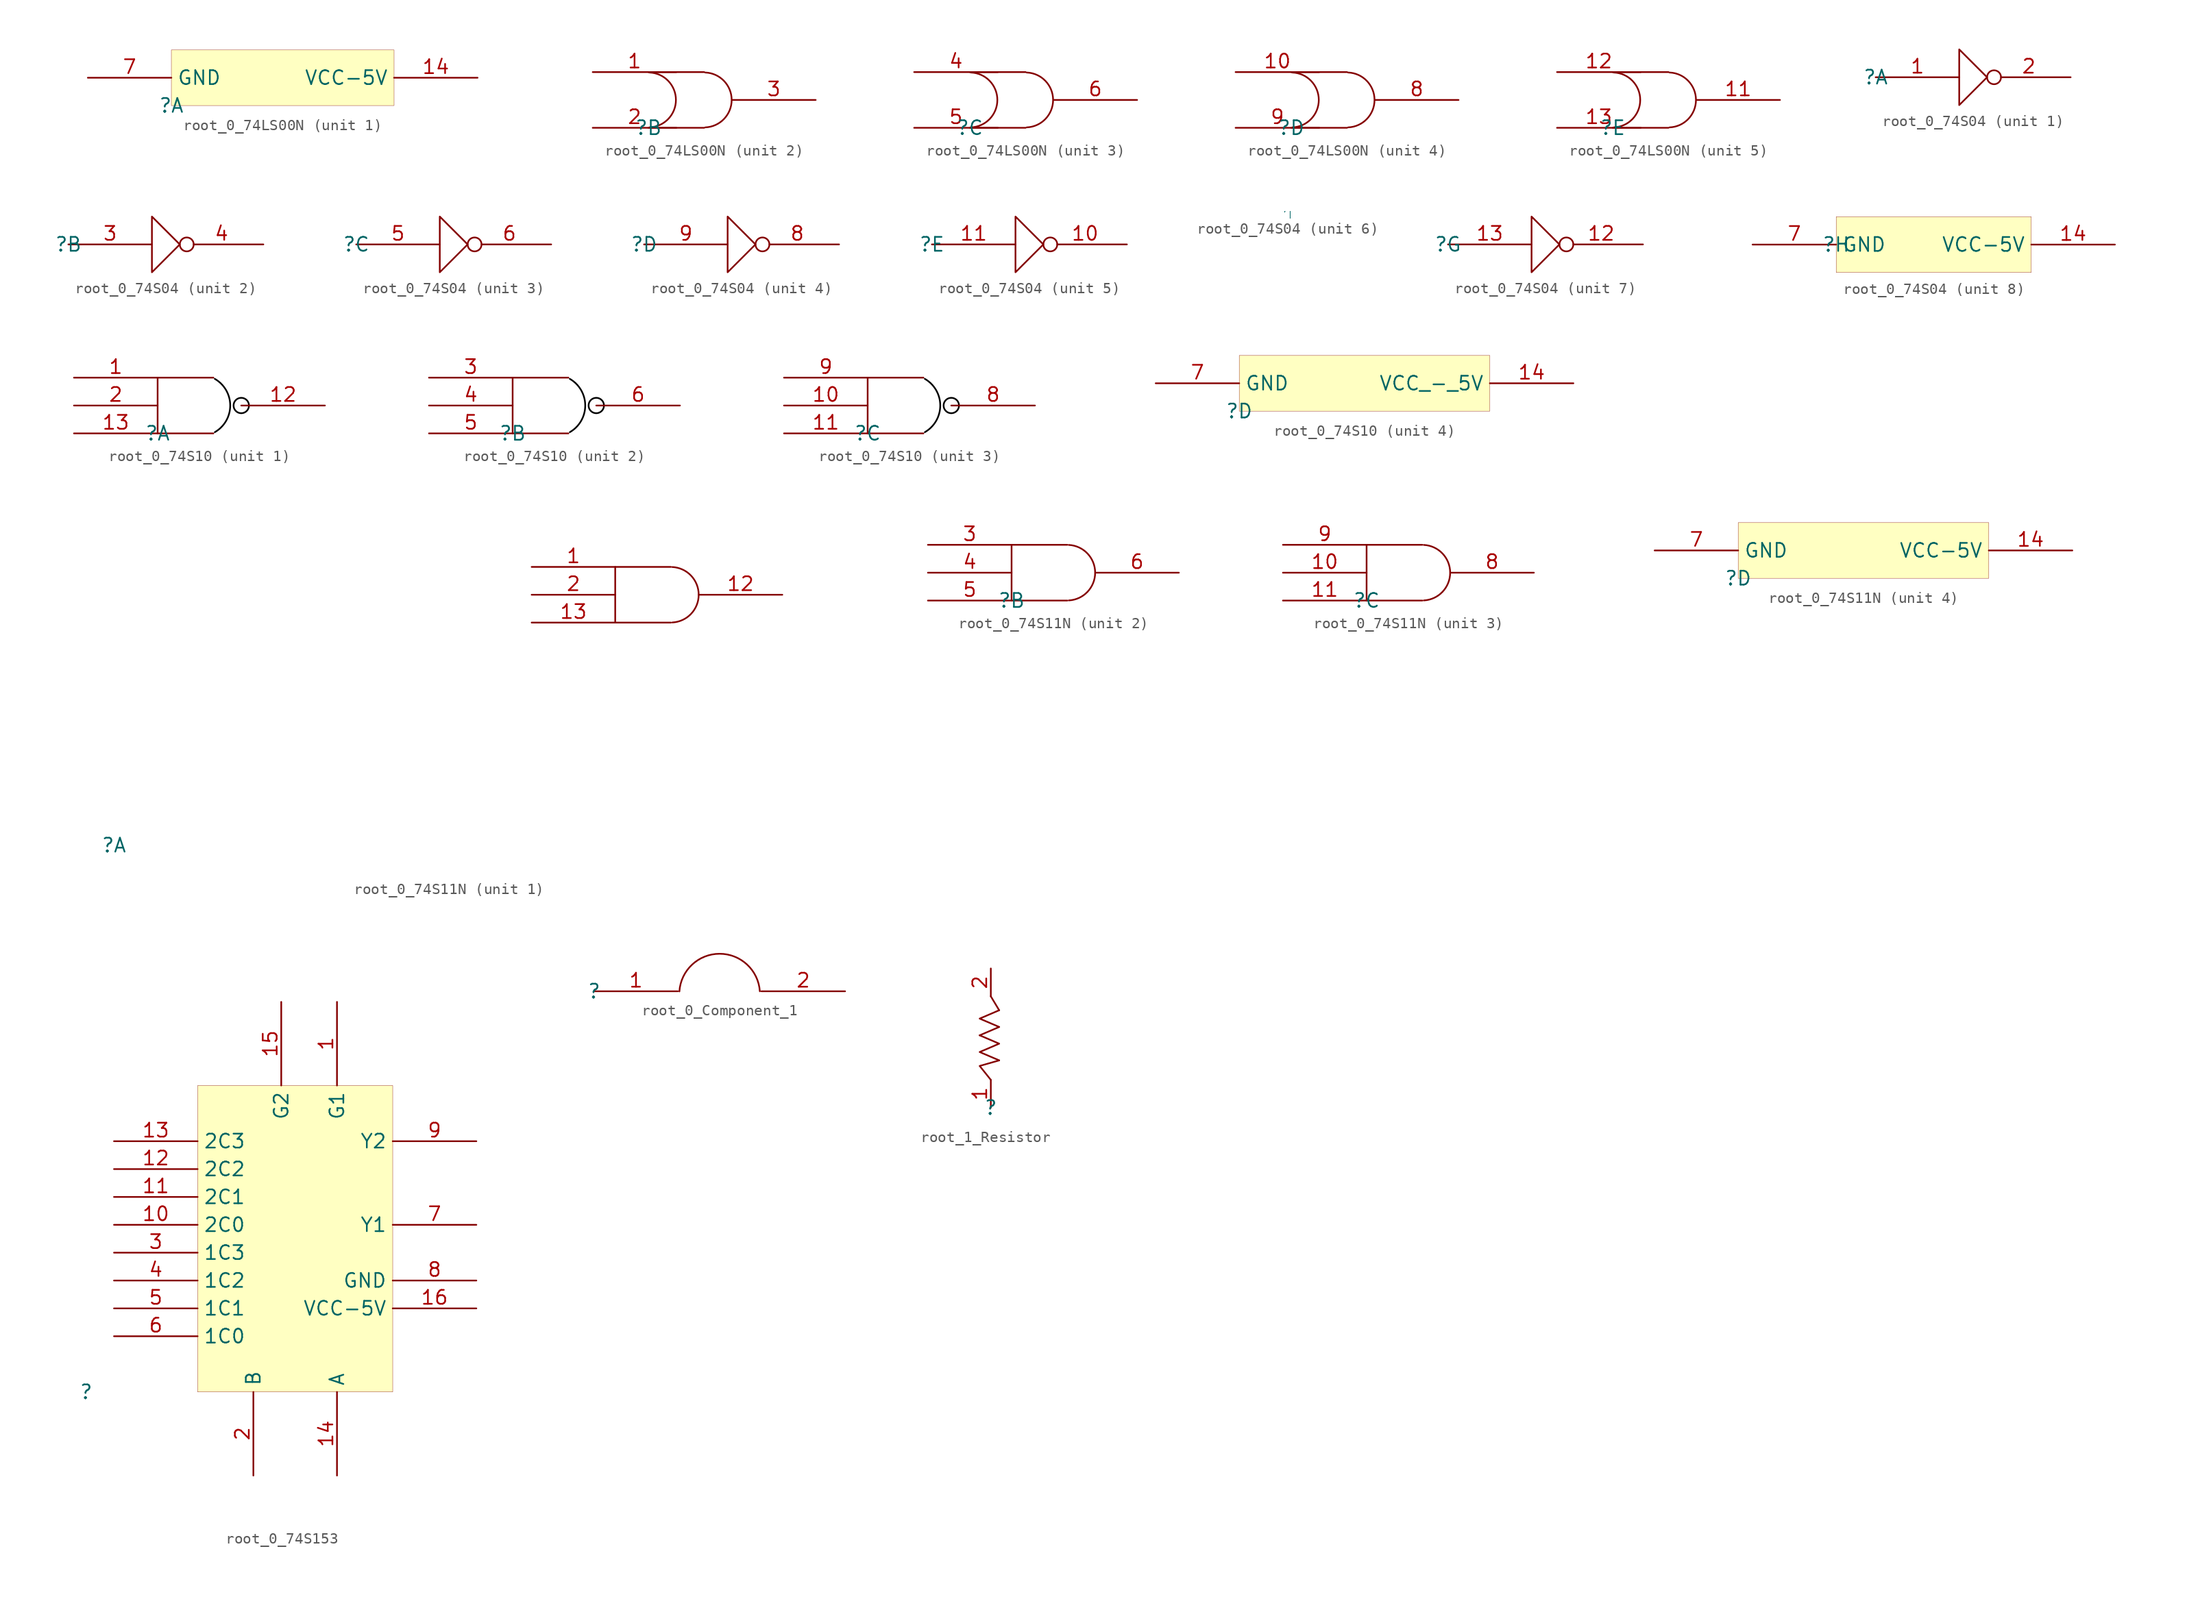
<source format=kicad_sym>
(kicad_symbol_lib
  (version 20241209)
  (generator "kicad_symbol_editor")
  (generator_version "9.0")
  (symbol "root_0_74LS00N"
    (property "Reference" ""
      (at 0 0 0)
      (effects (font (size 1.27 1.27))))
    (property "Value" ""
      (at 0 0 0)
      (effects (font (size 1.27 1.27))))
    (symbol "root_0_74LS00N_1_0"
      (rectangle (start 20.32 5.08) (end 0 0) (stroke (width 0.025) (type solid) (color 128 0 0 1)) (fill (type background)))
      (pin passive line (at -7.62 2.54 0) (length 7.62) (name "GND" (effects (font (size 1.27 1.27)))) (number "7" (effects (font (size 1.27 1.27)))))
      (pin passive line (at 27.94 2.54 180) (length 7.62) (name "VCC-5V" (effects (font (size 1.27 1.27)))) (number "14" (effects (font (size 1.27 1.27))))))
    (symbol "root_0_74LS00N_2_0"
      (polyline (pts (xy 0 5.08) (xy 5.08 5.08)) (stroke (width 0) (type solid)) (fill (type none)))
      (arc (start 0.0939 5.0412) (mid 2.503 2.5416) (end 0.097 0.0389) (stroke (width 0) (type solid)) (fill (type none)))
      (polyline (pts (xy 0 0) (xy 5.08 0)) (stroke (width 0) (type solid)) (fill (type none)))
      (arc (start 5.1739 5.0412) (mid 7.583 2.5416) (end 5.177 0.0389) (stroke (width 0) (type solid)) (fill (type none)))
      (pin passive line (at -5.08 5.08 0) (length 7.62) (name "A1" (effects (font (size 0 0)))) (number "1" (effects (font (size 1.27 1.27)))))
      (pin passive line (at -5.08 0 0) (length 7.62) (name "B1" (effects (font (size 0 0)))) (number "2" (effects (font (size 1.27 1.27)))))
      (pin passive line (at 15.24 2.54 180) (length 7.62) (name "Y1" (effects (font (size 0 0)))) (number "3" (effects (font (size 1.27 1.27))))))
    (symbol "root_0_74LS00N_3_0"
      (polyline (pts (xy 0 5.08) (xy 5.08 5.08)) (stroke (width 0) (type solid)) (fill (type none)))
      (arc (start 0.0939 5.0412) (mid 2.503 2.5416) (end 0.097 0.0389) (stroke (width 0) (type solid)) (fill (type none)))
      (polyline (pts (xy 0 0) (xy 5.08 0)) (stroke (width 0) (type solid)) (fill (type none)))
      (arc (start 5.1739 5.0412) (mid 7.583 2.5416) (end 5.177 0.0389) (stroke (width 0) (type solid)) (fill (type none)))
      (pin passive line (at -5.08 5.08 0) (length 7.62) (name "A2" (effects (font (size 0 0)))) (number "4" (effects (font (size 1.27 1.27)))))
      (pin passive line (at -5.08 0 0) (length 7.62) (name "B2" (effects (font (size 0 0)))) (number "5" (effects (font (size 1.27 1.27)))))
      (pin passive line (at 15.24 2.54 180) (length 7.62) (name "Y2" (effects (font (size 0 0)))) (number "6" (effects (font (size 1.27 1.27))))))
    (symbol "root_0_74LS00N_4_0"
      (polyline (pts (xy 0 5.08) (xy 5.08 5.08)) (stroke (width 0) (type solid)) (fill (type none)))
      (arc (start 0.0939 5.0412) (mid 2.503 2.5416) (end 0.097 0.0389) (stroke (width 0) (type solid)) (fill (type none)))
      (polyline (pts (xy 0 0) (xy 5.08 0)) (stroke (width 0) (type solid)) (fill (type none)))
      (arc (start 5.1739 5.0412) (mid 7.583 2.5416) (end 5.177 0.0389) (stroke (width 0) (type solid)) (fill (type none)))
      (pin passive line (at -5.08 5.08 0) (length 7.62) (name "B3" (effects (font (size 0 0)))) (number "10" (effects (font (size 1.27 1.27)))))
      (pin passive line (at -5.08 0 0) (length 7.62) (name "A3" (effects (font (size 0 0)))) (number "9" (effects (font (size 1.27 1.27)))))
      (pin passive line (at 15.24 2.54 180) (length 7.62) (name "Y3" (effects (font (size 0 0)))) (number "8" (effects (font (size 1.27 1.27))))))
    (symbol "root_0_74LS00N_5_0"
      (polyline (pts (xy 0 5.08) (xy 5.08 5.08)) (stroke (width 0) (type solid)) (fill (type none)))
      (arc (start 0.0939 5.0412) (mid 2.503 2.5416) (end 0.097 0.0389) (stroke (width 0) (type solid)) (fill (type none)))
      (polyline (pts (xy 0 0) (xy 5.08 0)) (stroke (width 0) (type solid)) (fill (type none)))
      (arc (start 5.1739 5.0412) (mid 7.583 2.5416) (end 5.177 0.0389) (stroke (width 0) (type solid)) (fill (type none)))
      (pin passive line (at -5.08 5.08 0) (length 7.62) (name "A4" (effects (font (size 0 0)))) (number "12" (effects (font (size 1.27 1.27)))))
      (pin passive line (at -5.08 0 0) (length 7.62) (name "B4" (effects (font (size 0 0)))) (number "13" (effects (font (size 1.27 1.27)))))
      (pin passive line (at 15.24 2.54 180) (length 7.62) (name "Y4" (effects (font (size 0 0)))) (number "11" (effects (font (size 1.27 1.27)))))))
  (symbol "root_0_74S04"
    (property "Reference" ""
      (at 0 0 0)
      (effects (font (size 1.27 1.27))))
    (property "Value" ""
      (at 0 0 0)
      (effects (font (size 1.27 1.27))))
    (symbol "root_0_74S04_1_0"
      (polyline (pts (xy 7.62 -2.54) (xy 7.62 2.54) (xy 10.16 0) (xy 7.62 -2.54)) (stroke (width 0) (type solid)) (fill (type none)))
      (pin input line (at 0 0 0) (length 7.62) (name "1A" (effects (font (size 0 0)))) (number "1" (effects (font (size 1.27 1.27)))))
      (pin passive inverted (at 17.78 0 180) (length 7.62) (name "1Y" (effects (font (size 0 0)))) (number "2" (effects (font (size 1.27 1.27))))))
    (symbol "root_0_74S04_2_0"
      (polyline (pts (xy 7.62 -2.54) (xy 7.62 2.54) (xy 10.16 0) (xy 7.62 -2.54)) (stroke (width 0) (type solid)) (fill (type none)))
      (pin input line (at 0 0 0) (length 7.62) (name "1A" (effects (font (size 0 0)))) (number "3" (effects (font (size 1.27 1.27)))))
      (pin passive inverted (at 17.78 0 180) (length 7.62) (name "1Y" (effects (font (size 0 0)))) (number "4" (effects (font (size 1.27 1.27))))))
    (symbol "root_0_74S04_3_0"
      (polyline (pts (xy 7.62 -2.54) (xy 7.62 2.54) (xy 10.16 0) (xy 7.62 -2.54)) (stroke (width 0) (type solid)) (fill (type none)))
      (pin input line (at 0 0 0) (length 7.62) (name "3A" (effects (font (size 0 0)))) (number "5" (effects (font (size 1.27 1.27)))))
      (pin passive inverted (at 17.78 0 180) (length 7.62) (name "3Y" (effects (font (size 0 0)))) (number "6" (effects (font (size 1.27 1.27))))))
    (symbol "root_0_74S04_4_0"
      (polyline (pts (xy 7.62 -2.54) (xy 7.62 2.54) (xy 10.16 0) (xy 7.62 -2.54)) (stroke (width 0) (type solid)) (fill (type none)))
      (pin input line (at 0 0 0) (length 7.62) (name "4A" (effects (font (size 0 0)))) (number "9" (effects (font (size 1.27 1.27)))))
      (pin passive inverted (at 17.78 0 180) (length 7.62) (name "4Y" (effects (font (size 0 0)))) (number "8" (effects (font (size 1.27 1.27))))))
    (symbol "root_0_74S04_5_0"
      (polyline (pts (xy 7.62 -2.54) (xy 7.62 2.54) (xy 10.16 0) (xy 7.62 -2.54)) (stroke (width 0) (type solid)) (fill (type none)))
      (pin input line (at 0 0 0) (length 7.62) (name "5A" (effects (font (size 0 0)))) (number "11" (effects (font (size 1.27 1.27)))))
      (pin passive inverted (at 17.78 0 180) (length 7.62) (name "5Y" (effects (font (size 0 0)))) (number "10" (effects (font (size 1.27 1.27))))))
    (symbol "root_0_74S04_7_0"
      (polyline (pts (xy 7.62 -2.54) (xy 7.62 2.54) (xy 10.16 0) (xy 7.62 -2.54)) (stroke (width 0) (type solid)) (fill (type none)))
      (pin input line (at 0 0 0) (length 7.62) (name "6A" (effects (font (size 0 0)))) (number "13" (effects (font (size 1.27 1.27)))))
      (pin passive inverted (at 17.78 0 180) (length 7.62) (name "6Y" (effects (font (size 0 0)))) (number "12" (effects (font (size 1.27 1.27))))))
    (symbol "root_0_74S04_8_0"
      (rectangle (start 17.78 2.54) (end 0 -2.54) (stroke (width 0.025) (type solid) (color 128 0 0 1)) (fill (type background)))
      (pin passive line (at -7.62 0 0) (length 7.62) (name "GND" (effects (font (size 1.27 1.27)))) (number "7" (effects (font (size 1.27 1.27)))))
      (pin passive line (at 25.4 0 180) (length 7.62) (name "VCC-5V" (effects (font (size 1.27 1.27)))) (number "14" (effects (font (size 1.27 1.27)))))))
  (symbol "root_0_74S10"
    (property "Reference" ""
      (at 0 0 0)
      (effects (font (size 1.27 1.27))))
    (property "Value" ""
      (at 0 0 0)
      (effects (font (size 1.27 1.27))))
    (symbol "root_0_74S10_1_0"
      (polyline (pts (xy 0 5.08) (xy 5.08 5.08)) (stroke (width 0) (type solid)) (fill (type none)))
      (polyline (pts (xy 0 5.08) (xy 0 0)) (stroke (width 0) (type solid)) (fill (type none)))
      (polyline (pts (xy 0 0) (xy 5.08 0)) (stroke (width 0) (type solid)) (fill (type none)))
      (arc (start 5.2061 4.9717) (mid 6.614 2.5424) (end 5.2102 0.1106) (stroke (width 0) (type solid) (color 0 0 0 1)) (fill (type none)))
      (circle (center 7.62 2.54) (radius 0.702) (stroke (width 0) (type solid) (color 0 0 0 1)) (fill (type none)))
      (pin passive line (at -7.62 5.08 0) (length 7.62) (name "A1" (effects (font (size 0 0)))) (number "1" (effects (font (size 1.27 1.27)))))
      (pin passive line (at -7.62 2.54 0) (length 7.62) (name "B1" (effects (font (size 0 0)))) (number "2" (effects (font (size 1.27 1.27)))))
      (pin passive line (at -7.62 0 0) (length 7.62) (name "C1" (effects (font (size 0 0)))) (number "13" (effects (font (size 1.27 1.27)))))
      (pin passive line (at 15.24 2.54 180) (length 7.62) (name "Y1" (effects (font (size 0 0)))) (number "12" (effects (font (size 1.27 1.27))))))
    (symbol "root_0_74S10_2_0"
      (polyline (pts (xy 0 5.08) (xy 5.08 5.08)) (stroke (width 0) (type solid)) (fill (type none)))
      (polyline (pts (xy 0 5.08) (xy 0 0)) (stroke (width 0) (type solid)) (fill (type none)))
      (polyline (pts (xy 0 0) (xy 5.08 0)) (stroke (width 0) (type solid)) (fill (type none)))
      (arc (start 5.2061 4.9717) (mid 6.614 2.5424) (end 5.2102 0.1106) (stroke (width 0) (type solid) (color 0 0 0 1)) (fill (type none)))
      (circle (center 7.62 2.54) (radius 0.702) (stroke (width 0) (type solid) (color 0 0 0 1)) (fill (type none)))
      (pin passive line (at -7.62 5.08 0) (length 7.62) (name "A2" (effects (font (size 0 0)))) (number "3" (effects (font (size 1.27 1.27)))))
      (pin passive line (at -7.62 2.54 0) (length 7.62) (name "B2" (effects (font (size 0 0)))) (number "4" (effects (font (size 1.27 1.27)))))
      (pin passive line (at -7.62 0 0) (length 7.62) (name "C2" (effects (font (size 0 0)))) (number "5" (effects (font (size 1.27 1.27)))))
      (pin passive line (at 15.24 2.54 180) (length 7.62) (name "Y2" (effects (font (size 0 0)))) (number "6" (effects (font (size 1.27 1.27))))))
    (symbol "root_0_74S10_3_0"
      (polyline (pts (xy 0 5.08) (xy 5.08 5.08)) (stroke (width 0) (type solid)) (fill (type none)))
      (polyline (pts (xy 0 5.08) (xy 0 0)) (stroke (width 0) (type solid)) (fill (type none)))
      (polyline (pts (xy 0 0) (xy 5.08 0)) (stroke (width 0) (type solid)) (fill (type none)))
      (arc (start 5.2061 4.9717) (mid 6.614 2.5424) (end 5.2102 0.1106) (stroke (width 0) (type solid) (color 0 0 0 1)) (fill (type none)))
      (circle (center 7.62 2.54) (radius 0.702) (stroke (width 0) (type solid) (color 0 0 0 1)) (fill (type none)))
      (pin passive line (at -7.62 5.08 0) (length 7.62) (name "A3" (effects (font (size 0 0)))) (number "9" (effects (font (size 1.27 1.27)))))
      (pin passive line (at -7.62 2.54 0) (length 7.62) (name "B3" (effects (font (size 0 0)))) (number "10" (effects (font (size 1.27 1.27)))))
      (pin passive line (at -7.62 0 0) (length 7.62) (name "C3" (effects (font (size 0 0)))) (number "11" (effects (font (size 1.27 1.27)))))
      (pin passive line (at 15.24 2.54 180) (length 7.62) (name "Y3" (effects (font (size 0 0)))) (number "8" (effects (font (size 1.27 1.27))))))
    (symbol "root_0_74S10_4_0"
      (rectangle (start 22.86 5.08) (end 0 0) (stroke (width 0.025) (type solid) (color 128 0 0 1)) (fill (type background)))
      (pin passive line (at -7.62 2.54 0) (length 7.62) (name "GND" (effects (font (size 1.27 1.27)))) (number "7" (effects (font (size 1.27 1.27)))))
      (pin passive line (at 30.48 2.54 180) (length 7.62) (name "VCC_-_5V" (effects (font (size 1.27 1.27)))) (number "14" (effects (font (size 1.27 1.27)))))))
  (symbol "root_0_74S11N"
    (property "Reference" ""
      (at 0 0 0)
      (effects (font (size 1.27 1.27))))
    (property "Value" ""
      (at 0 0 0)
      (effects (font (size 1.27 1.27))))
    (symbol "root_0_74S11N_1_0"
      (polyline (pts (xy 50.8 25.4) (xy 45.72 25.4) (xy 45.72 20.32) (xy 50.8 20.32)) (stroke (width 0) (type solid)) (fill (type none)))
      (arc (start 50.9279 25.3898) (mid 53.333 22.8614) (end 50.9307 20.3304) (stroke (width 0) (type solid)) (fill (type none)))
      (pin passive line (at 38.1 25.4 0) (length 7.62) (name "1A" (effects (font (size 0 0)))) (number "1" (effects (font (size 1.27 1.27)))))
      (pin passive line (at 38.1 22.86 0) (length 7.62) (name "1B" (effects (font (size 0 0)))) (number "2" (effects (font (size 1.27 1.27)))))
      (pin passive line (at 38.1 20.32 0) (length 7.62) (name "1C" (effects (font (size 0 0)))) (number "13" (effects (font (size 1.27 1.27)))))
      (pin passive line (at 60.96 22.86 180) (length 7.62) (name "1Y" (effects (font (size 0 0)))) (number "12" (effects (font (size 1.27 1.27))))))
    (symbol "root_0_74S11N_2_0"
      (polyline (pts (xy 5.08 5.08) (xy 0 5.08) (xy 0 0) (xy 5.08 0)) (stroke (width 0) (type solid)) (fill (type none)))
      (arc (start 5.2079 5.0698) (mid 7.613 2.5414) (end 5.2107 0.0104) (stroke (width 0) (type solid)) (fill (type none)))
      (pin passive line (at -7.62 5.08 0) (length 7.62) (name "2A" (effects (font (size 0 0)))) (number "3" (effects (font (size 1.27 1.27)))))
      (pin passive line (at -7.62 2.54 0) (length 7.62) (name "2B" (effects (font (size 0 0)))) (number "4" (effects (font (size 1.27 1.27)))))
      (pin passive line (at -7.62 0 0) (length 7.62) (name "2C" (effects (font (size 0 0)))) (number "5" (effects (font (size 1.27 1.27)))))
      (pin passive line (at 15.24 2.54 180) (length 7.62) (name "2Y" (effects (font (size 0 0)))) (number "6" (effects (font (size 1.27 1.27))))))
    (symbol "root_0_74S11N_3_0"
      (polyline (pts (xy 5.08 5.08) (xy 0 5.08) (xy 0 0) (xy 5.08 0)) (stroke (width 0) (type solid)) (fill (type none)))
      (arc (start 5.2079 5.0698) (mid 7.613 2.5414) (end 5.2107 0.0104) (stroke (width 0) (type solid)) (fill (type none)))
      (pin passive line (at -7.62 5.08 0) (length 7.62) (name "3A" (effects (font (size 0 0)))) (number "9" (effects (font (size 1.27 1.27)))))
      (pin passive line (at -7.62 2.54 0) (length 7.62) (name "3B" (effects (font (size 0 0)))) (number "10" (effects (font (size 1.27 1.27)))))
      (pin passive line (at -7.62 0 0) (length 7.62) (name "3C" (effects (font (size 0 0)))) (number "11" (effects (font (size 1.27 1.27)))))
      (pin passive line (at 15.24 2.54 180) (length 7.62) (name "3Y" (effects (font (size 0 0)))) (number "8" (effects (font (size 1.27 1.27))))))
    (symbol "root_0_74S11N_4_0"
      (rectangle (start 22.86 5.08) (end 0 0) (stroke (width 0.025) (type solid) (color 128 0 0 1)) (fill (type background)))
      (pin passive line (at -7.62 2.54 0) (length 7.62) (name "GND" (effects (font (size 1.27 1.27)))) (number "7" (effects (font (size 1.27 1.27)))))
      (pin passive line (at 30.48 2.54 180) (length 7.62) (name "VCC-5V" (effects (font (size 1.27 1.27)))) (number "14" (effects (font (size 1.27 1.27)))))))
  (symbol "root_0_74S153"
    (property "Reference" ""
      (at 0 0 0)
      (effects (font (size 1.27 1.27))))
    (property "Value" ""
      (at 0 0 0)
      (effects (font (size 1.27 1.27))))
    (symbol "root_0_74S153_1_0"
      (rectangle (start 27.94 27.94) (end 10.16 0) (stroke (width 0.025) (type solid) (color 128 0 0 1)) (fill (type background)))
      (pin passive line (at 2.54 22.86 0) (length 7.62) (name "2C3" (effects (font (size 1.27 1.27)))) (number "13" (effects (font (size 1.27 1.27)))))
      (pin passive line (at 2.54 20.32 0) (length 7.62) (name "2C2" (effects (font (size 1.27 1.27)))) (number "12" (effects (font (size 1.27 1.27)))))
      (pin passive line (at 2.54 17.78 0) (length 7.62) (name "2C1" (effects (font (size 1.27 1.27)))) (number "11" (effects (font (size 1.27 1.27)))))
      (pin passive line (at 2.54 15.24 0) (length 7.62) (name "2C0" (effects (font (size 1.27 1.27)))) (number "10" (effects (font (size 1.27 1.27)))))
      (pin passive line (at 2.54 12.7 0) (length 7.62) (name "1C3" (effects (font (size 1.27 1.27)))) (number "3" (effects (font (size 1.27 1.27)))))
      (pin passive line (at 2.54 10.16 0) (length 7.62) (name "1C2" (effects (font (size 1.27 1.27)))) (number "4" (effects (font (size 1.27 1.27)))))
      (pin passive line (at 2.54 7.62 0) (length 7.62) (name "1C1" (effects (font (size 1.27 1.27)))) (number "5" (effects (font (size 1.27 1.27)))))
      (pin passive line (at 2.54 5.08 0) (length 7.62) (name "1C0" (effects (font (size 1.27 1.27)))) (number "6" (effects (font (size 1.27 1.27)))))
      (pin passive line (at 15.24 -7.62 90) (length 7.62) (name "B" (effects (font (size 1.27 1.27)))) (number "2" (effects (font (size 1.27 1.27)))))
      (pin passive line (at 17.78 35.56 270) (length 7.62) (name "G2" (effects (font (size 1.27 1.27)))) (number "15" (effects (font (size 1.27 1.27)))))
      (pin passive line (at 22.86 35.56 270) (length 7.62) (name "G1" (effects (font (size 1.27 1.27)))) (number "1" (effects (font (size 1.27 1.27)))))
      (pin passive line (at 22.86 -7.62 90) (length 7.62) (name "A" (effects (font (size 1.27 1.27)))) (number "14" (effects (font (size 1.27 1.27)))))
      (pin passive line (at 35.56 22.86 180) (length 7.62) (name "Y2" (effects (font (size 1.27 1.27)))) (number "9" (effects (font (size 1.27 1.27)))))
      (pin passive line (at 35.56 15.24 180) (length 7.62) (name "Y1" (effects (font (size 1.27 1.27)))) (number "7" (effects (font (size 1.27 1.27)))))
      (pin passive line (at 35.56 10.16 180) (length 7.62) (name "GND" (effects (font (size 1.27 1.27)))) (number "8" (effects (font (size 1.27 1.27)))))
      (pin passive line (at 35.56 7.62 180) (length 7.62) (name "VCC-5V" (effects (font (size 1.27 1.27)))) (number "16" (effects (font (size 1.27 1.27)))))))
  (symbol "root_0_Component_1"
    (pin_names
      (hide yes))
    (property "Reference" ""
      (at 0 0 0)
      (effects (font (size 1.27 1.27))))
    (property "Value" ""
      (at 0 0 0)
      (effects (font (size 1.27 1.27))))
    (symbol "root_0_Component_1_1_0"
      (arc (start 7.765 -0.0112) (mid 11.4256 3.419) (end 15.0944 -0.0025) (stroke (width 0) (type solid)) (fill (type none)))
      (pin passive line (at 0 0 0) (length 7.62) (name "1" (effects (font (size 1.27 1.27)))) (number "1" (effects (font (size 1.27 1.27)))))
      (pin passive line (at 22.86 0 180) (length 7.62) (name "2" (effects (font (size 1.27 1.27)))) (number "2" (effects (font (size 1.27 1.27)))))))
  (symbol "root_1_Resistor"
    (pin_names
      (hide yes))
    (property "Reference" ""
      (at 0 0 0)
      (effects (font (size 1.27 1.27))))
    (property "Value" ""
      (at 0 0 0)
      (effects (font (size 1.27 1.27))))
    (symbol "root_1_Resistor_1_0"
      (polyline (pts (xy 0.762 8.89) (xy 0 10.16)) (stroke (width 0) (type solid)) (fill (type none)))
      (polyline (pts (xy 0.762 7.366) (xy -1.016 8.128) (xy 0.762 8.89)) (stroke (width 0) (type solid)) (fill (type none)))
      (polyline (pts (xy 0.762 7.366) (xy -1.016 6.604)) (stroke (width 0) (type solid)) (fill (type none)))
      (polyline (pts (xy 0.762 4.318) (xy -1.016 5.08) (xy 0.762 5.842) (xy -1.016 6.604)) (stroke (width 0) (type solid)) (fill (type none)))
      (polyline (pts (xy 0.762 4.318) (xy -1.016 3.81) (xy 0 2.54)) (stroke (width 0) (type solid)) (fill (type none)))
      (pin passive line (at 0 12.7 270) (length 2.54) (name "" (effects (font (size 1.27 1.27)))) (number "2" (effects (font (size 1.27 1.27)))))
      (pin passive line (at 0 0 90) (length 2.54) (name "" (effects (font (size 1.27 1.27)))) (number "1" (effects (font (size 1.27 1.27))))))))
</source>
